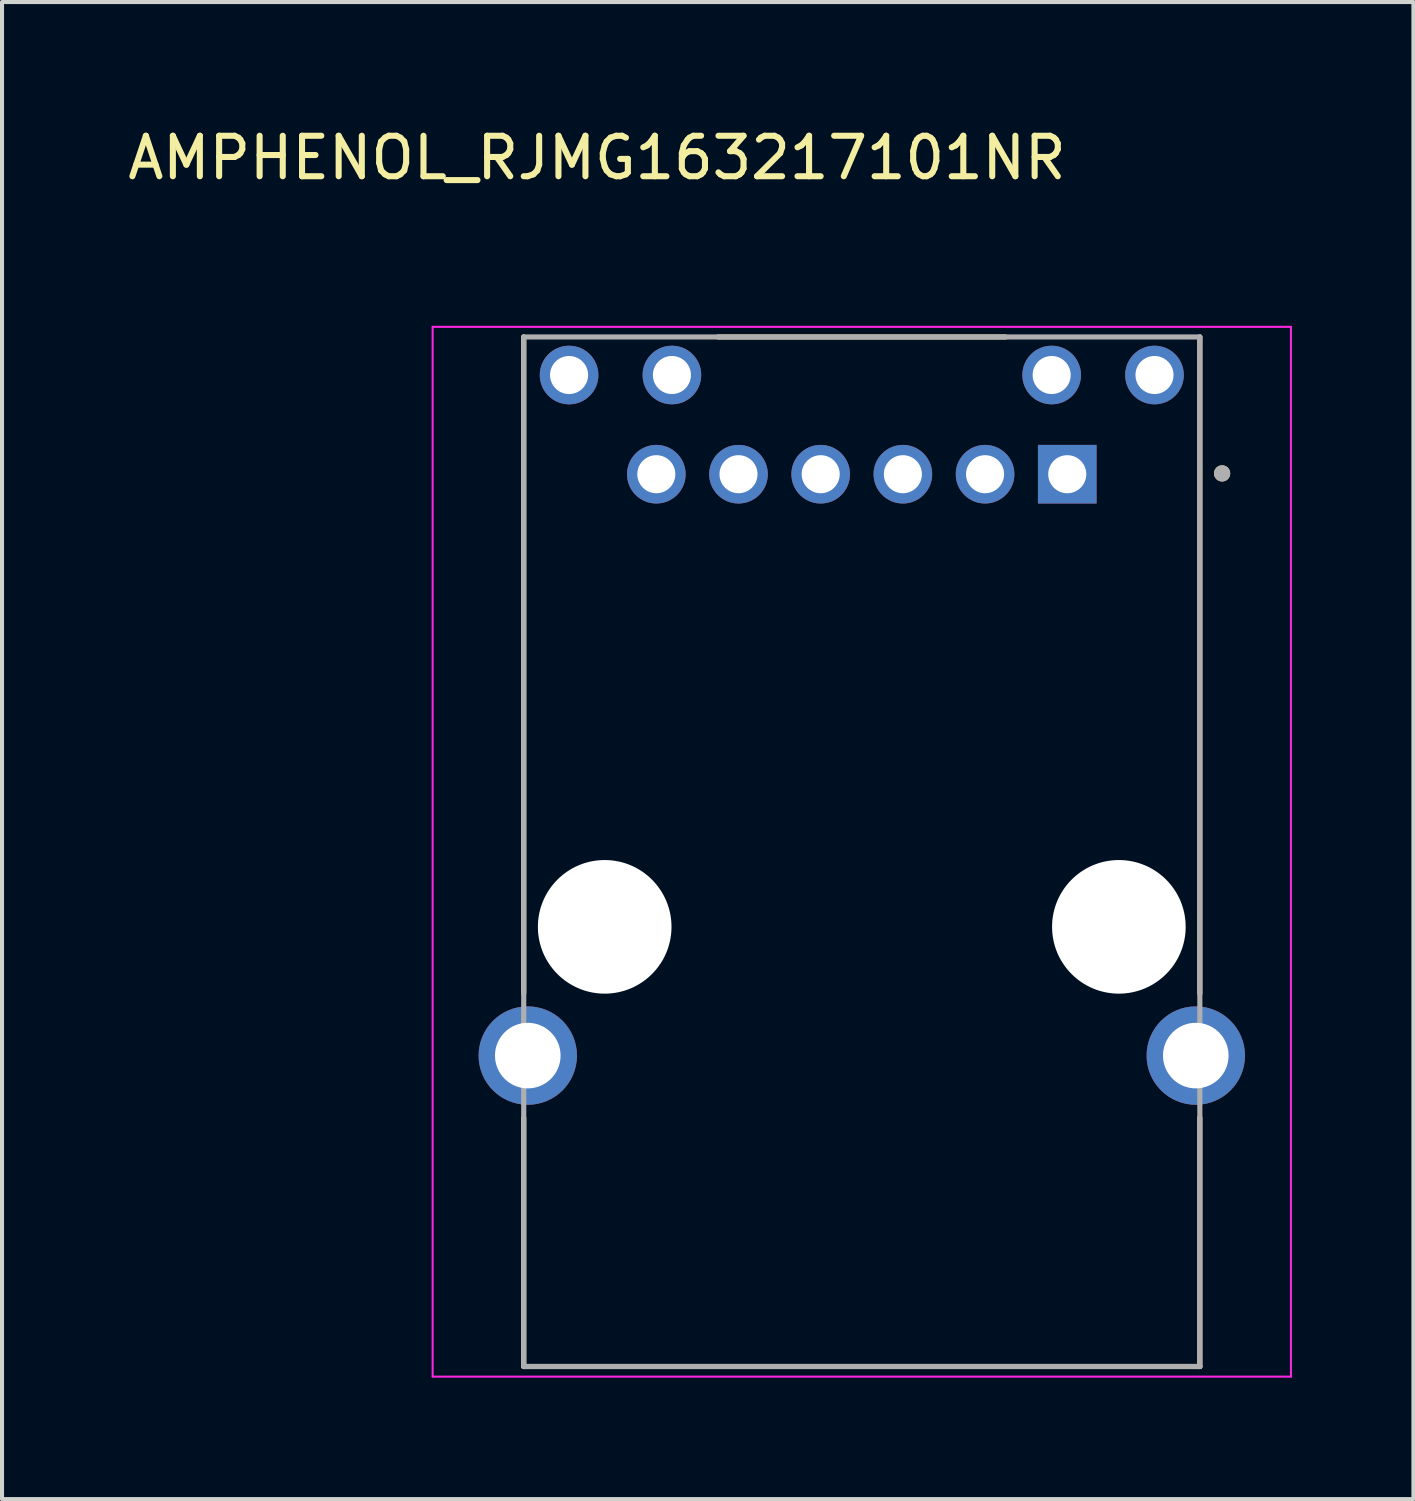
<source format=kicad_pcb>
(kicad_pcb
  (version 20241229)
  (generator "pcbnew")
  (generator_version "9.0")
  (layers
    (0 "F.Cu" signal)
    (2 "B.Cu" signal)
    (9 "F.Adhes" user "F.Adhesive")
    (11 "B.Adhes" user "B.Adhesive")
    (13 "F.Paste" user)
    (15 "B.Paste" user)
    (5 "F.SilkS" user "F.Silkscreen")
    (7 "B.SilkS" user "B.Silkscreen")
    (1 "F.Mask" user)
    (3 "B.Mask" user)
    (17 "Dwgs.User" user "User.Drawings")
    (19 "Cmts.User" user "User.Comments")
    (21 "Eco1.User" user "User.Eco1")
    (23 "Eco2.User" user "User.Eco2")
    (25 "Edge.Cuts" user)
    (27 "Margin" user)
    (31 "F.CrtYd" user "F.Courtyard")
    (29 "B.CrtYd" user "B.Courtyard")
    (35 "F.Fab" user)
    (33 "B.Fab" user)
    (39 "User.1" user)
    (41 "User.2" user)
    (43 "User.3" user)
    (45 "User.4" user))
  (footprint "AMPHENOL_RJMG163217101NR"
    (layer "F.Cu")
    (at 18.236 19.843)
    (property "Reference" "AMPHENOL_RJMG163217101NR" (at -6.54 -18.995 0) (layer "F.SilkS") (effects (font (size 1 1) (thickness 0.15))))
    (attr through_hole)
    (fp_line (start -8.35 1.645) (end -8.35 -14.57) (stroke (width 0.127) (type solid)) (layer "F.SilkS"))
    (fp_line (start -8.35 10.86) (end -8.35 4.715) (stroke (width 0.127) (type solid)) (layer "F.SilkS"))
    (fp_line (start -3.55 -14.57) (end 3.55 -14.57) (stroke (width 0.127) (type solid)) (layer "F.SilkS"))
    (fp_line (start 8.35 -14.57) (end 8.35 1.645) (stroke (width 0.127) (type solid)) (layer "F.SilkS"))
    (fp_line (start 8.35 10.86) (end -8.35 10.86) (stroke (width 0.127) (type solid)) (layer "F.SilkS"))
    (fp_line (start 8.35 10.86) (end 8.35 4.715) (stroke (width 0.127) (type solid)) (layer "F.SilkS"))
    (fp_circle (center 8.9 -11.2) (end 9 -11.2) (stroke (width 0.2) (type solid)) (fill no) (layer "F.SilkS"))
    (fp_line (start -10.6 -14.82) (end -10.6 11.11) (stroke (width 0.05) (type solid)) (layer "F.CrtYd"))
    (fp_line (start -10.6 11.11) (end 10.6 11.11) (stroke (width 0.05) (type solid)) (layer "F.CrtYd"))
    (fp_line (start 10.6 -14.82) (end -10.6 -14.82) (stroke (width 0.05) (type solid)) (layer "F.CrtYd"))
    (fp_line (start 10.6 11.11) (end 10.6 -14.82) (stroke (width 0.05) (type solid)) (layer "F.CrtYd"))
    (fp_line (start -8.35 -14.57) (end 8.35 -14.57) (stroke (width 0.127) (type solid)) (layer "F.Fab"))
    (fp_line (start -8.35 10.86) (end -8.35 -14.57) (stroke (width 0.127) (type solid)) (layer "F.Fab"))
    (fp_line (start 8.35 -14.57) (end 8.35 10.86) (stroke (width 0.127) (type solid)) (layer "F.Fab"))
    (fp_line (start 8.35 10.86) (end -8.35 10.86) (stroke (width 0.127) (type solid)) (layer "F.Fab"))
    (fp_circle (center 8.9 -11.2) (end 9 -11.2) (stroke (width 0.2) (type solid)) (fill no) (layer "F.Fab"))
    (pad "" np_thru_hole circle (at -6.35 0) (size 3.3 3.3) (drill 3.3) (layers "*.Cu" "*.Mask"))
    (pad "" np_thru_hole circle (at 6.35 0) (size 3.3 3.3) (drill 3.3) (layers "*.Cu" "*.Mask"))
    (pad "L1" thru_hole circle (at 7.23 -13.63) (size 1.448 1.448) (drill 0.94) (layers "*.Cu" "*.Mask"))
    (pad "L2" thru_hole circle (at 4.69 -13.63) (size 1.448 1.448) (drill 0.94) (layers "*.Cu" "*.Mask"))
    (pad "L3" thru_hole circle (at -4.69 -13.63) (size 1.448 1.448) (drill 0.94) (layers "*.Cu" "*.Mask"))
    (pad "L4" thru_hole circle (at -7.23 -13.63) (size 1.448 1.448) (drill 0.94) (layers "*.Cu" "*.Mask"))
    (pad "R1" thru_hole rect (at 5.075 -11.18) (size 1.448 1.448) (drill 0.94) (layers "*.Cu" "*.Mask"))
    (pad "R2" thru_hole circle (at 3.045 -11.18) (size 1.448 1.448) (drill 0.94) (layers "*.Cu" "*.Mask"))
    (pad "R3" thru_hole circle (at 1.015 -11.18) (size 1.448 1.448) (drill 0.94) (layers "*.Cu" "*.Mask"))
    (pad "R4" thru_hole circle (at -1.015 -11.18) (size 1.448 1.448) (drill 0.94) (layers "*.Cu" "*.Mask"))
    (pad "R5" thru_hole circle (at -3.045 -11.18) (size 1.448 1.448) (drill 0.94) (layers "*.Cu" "*.Mask"))
    (pad "R6" thru_hole circle (at -5.075 -11.18) (size 1.448 1.448) (drill 0.94) (layers "*.Cu" "*.Mask"))
    (pad "S1" thru_hole circle (at -8.25 3.18) (size 2.43 2.43) (drill 1.62) (layers "*.Cu" "*.Mask"))
    (pad "S2" thru_hole circle (at 8.25 3.18) (size 2.43 2.43) (drill 1.62) (layers "*.Cu" "*.Mask"))
    (zone (net_name "") (layer "F.Cu") (hatch full 0.508) (connect_pads) (min_thickness 0.01) (filled_areas_thickness no) (keepout (tracks not_allowed) (vias not_allowed) (pads not_allowed) (copperpour not_allowed) (footprints allowed)) (placement (enabled no)) (fill) (polygon (pts (xy 11.286 21.343) (xy 12.486 21.343) (xy 12.486 26.043) (xy 11.286 26.043))))
    (zone (net_name "") (layer "F.Cu") (hatch full 0.508) (connect_pads) (min_thickness 0.01) (filled_areas_thickness no) (keepout (tracks not_allowed) (vias not_allowed) (pads not_allowed) (copperpour not_allowed) (footprints allowed)) (placement (enabled no)) (fill) (polygon (pts (xy 17.236 5.843) (xy 19.236 5.843) (xy 19.236 6.643) (xy 17.236 6.643))))
    (zone (net_name "") (layer "F.Cu") (hatch full 0.508) (connect_pads) (min_thickness 0.01) (filled_areas_thickness no) (keepout (tracks not_allowed) (vias not_allowed) (pads not_allowed) (copperpour not_allowed) (footprints allowed)) (placement (enabled no)) (fill) (polygon (pts (xy 23.986 21.343) (xy 25.186 21.343) (xy 25.186 26.043) (xy 23.986 26.043))))
    (zone (net_name "") (layers "F.Cu" "B.Cu") (hatch full 0.508) (connect_pads) (min_thickness 0.01) (filled_areas_thickness no) (keepout (tracks allowed) (vias not_allowed) (pads allowed) (copperpour allowed) (footprints allowed)) (placement (enabled no)) (fill) (polygon (pts (xy 11.286 21.343) (xy 12.486 21.343) (xy 12.486 26.043) (xy 11.286 26.043))))
    (zone (net_name "") (layers "F.Cu" "B.Cu") (hatch full 0.508) (connect_pads) (min_thickness 0.01) (filled_areas_thickness no) (keepout (tracks allowed) (vias not_allowed) (pads allowed) (copperpour allowed) (footprints allowed)) (placement (enabled no)) (fill) (polygon (pts (xy 17.236 5.843) (xy 19.236 5.843) (xy 19.236 6.643) (xy 17.236 6.643))))
    (zone (net_name "") (layers "F.Cu" "B.Cu") (hatch full 0.508) (connect_pads) (min_thickness 0.01) (filled_areas_thickness no) (keepout (tracks allowed) (vias not_allowed) (pads allowed) (copperpour allowed) (footprints allowed)) (placement (enabled no)) (fill) (polygon (pts (xy 23.986 21.343) (xy 25.186 21.343) (xy 25.186 26.043) (xy 23.986 26.043)))))
  (gr_rect
    (start -3 -3)
    (end 31.861 33.978)
    (stroke (width 0.1) (type default))
    (fill no)
    (layer "Edge.Cuts")))
</source>
